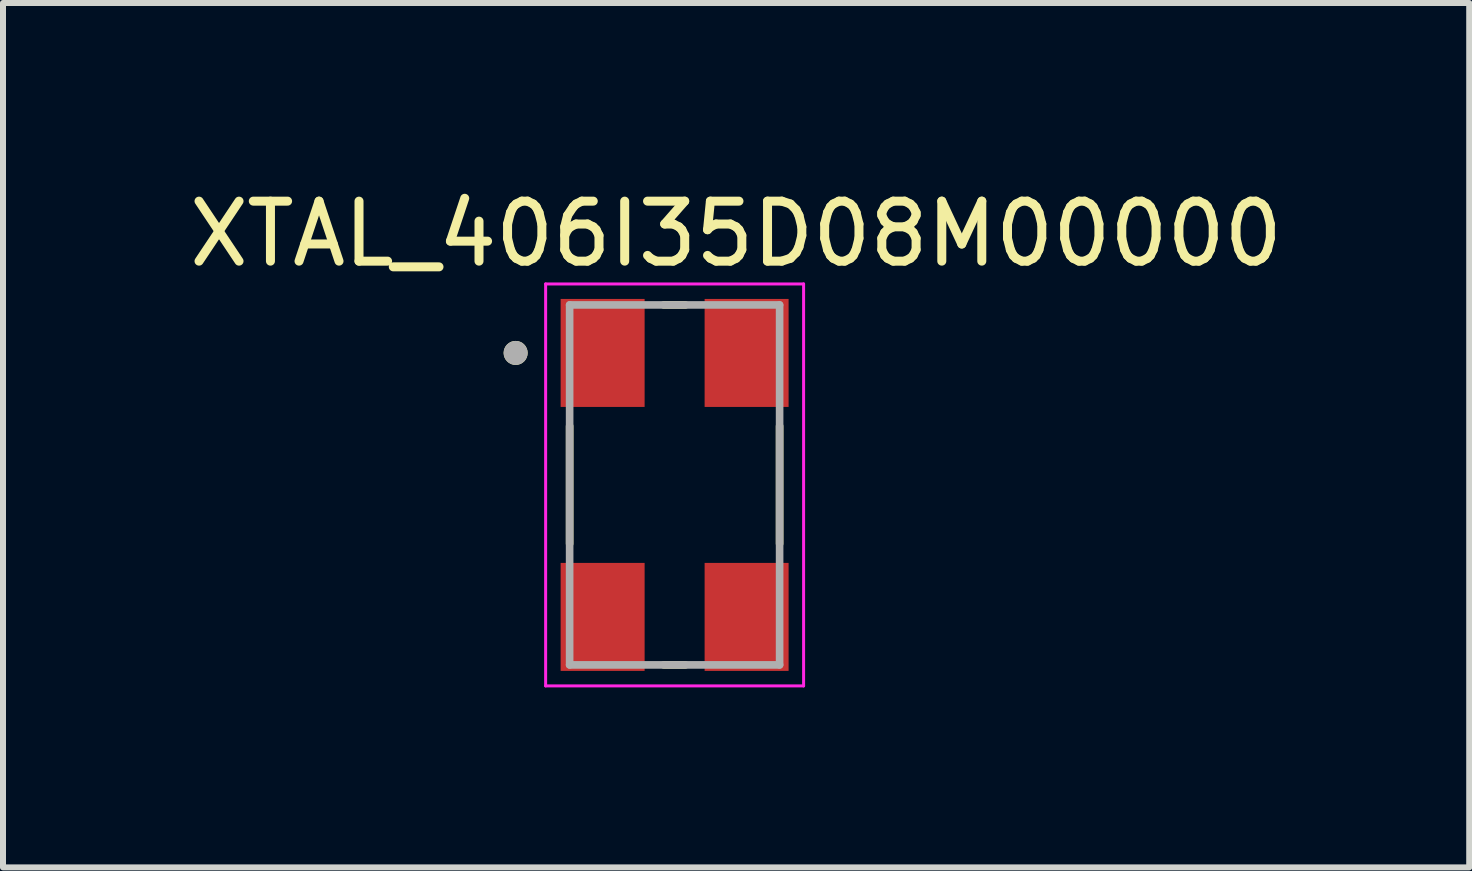
<source format=kicad_pcb>
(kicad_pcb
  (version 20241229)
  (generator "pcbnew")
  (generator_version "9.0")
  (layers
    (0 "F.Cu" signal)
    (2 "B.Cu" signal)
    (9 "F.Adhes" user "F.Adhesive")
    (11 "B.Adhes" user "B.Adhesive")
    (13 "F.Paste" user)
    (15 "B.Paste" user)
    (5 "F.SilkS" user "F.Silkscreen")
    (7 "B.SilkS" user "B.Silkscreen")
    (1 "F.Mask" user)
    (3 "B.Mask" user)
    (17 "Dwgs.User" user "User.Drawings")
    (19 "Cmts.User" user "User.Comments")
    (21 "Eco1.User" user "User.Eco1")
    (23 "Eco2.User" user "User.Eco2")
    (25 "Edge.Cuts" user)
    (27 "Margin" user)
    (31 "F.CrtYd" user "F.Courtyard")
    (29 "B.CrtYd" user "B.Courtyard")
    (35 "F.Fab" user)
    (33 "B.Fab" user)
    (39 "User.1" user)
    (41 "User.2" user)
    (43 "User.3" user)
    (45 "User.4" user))
  (footprint "XTAL_406I35D08M00000"
    (layer "F.Cu")
    (at 8.195 5.033)
    (property "Reference" "XTAL_406I35D08M00000" (at 1.025 -4.185 0) (layer "F.SilkS") (effects (font (size 1 1) (thickness 0.15))))
    (attr smd)
    (fp_line (start -1.75 -0.98) (end -1.75 0.98) (stroke (width 0.127) (type solid)) (layer "F.SilkS"))
    (fp_line (start -0.18 -3) (end 0.18 -3) (stroke (width 0.127) (type solid)) (layer "F.SilkS"))
    (fp_line (start -0.18 3) (end 0.18 3) (stroke (width 0.127) (type solid)) (layer "F.SilkS"))
    (fp_line (start 1.75 -0.98) (end 1.75 0.98) (stroke (width 0.127) (type solid)) (layer "F.SilkS"))
    (fp_circle (center -2.65 -2.2) (end -2.55 -2.2) (stroke (width 0.2) (type solid)) (fill no) (layer "F.SilkS"))
    (fp_line (start -2.15 -3.35) (end -2.15 3.35) (stroke (width 0.05) (type solid)) (layer "F.CrtYd"))
    (fp_line (start -2.15 -3.35) (end 2.15 -3.35) (stroke (width 0.05) (type solid)) (layer "F.CrtYd"))
    (fp_line (start 2.15 -3.35) (end 2.15 3.35) (stroke (width 0.05) (type solid)) (layer "F.CrtYd"))
    (fp_line (start 2.15 3.35) (end -2.15 3.35) (stroke (width 0.05) (type solid)) (layer "F.CrtYd"))
    (fp_line (start -1.75 -3) (end -1.75 3) (stroke (width 0.127) (type solid)) (layer "F.Fab"))
    (fp_line (start -1.75 -3) (end 1.75 -3) (stroke (width 0.127) (type solid)) (layer "F.Fab"))
    (fp_line (start 1.75 -3) (end 1.75 3) (stroke (width 0.127) (type solid)) (layer "F.Fab"))
    (fp_line (start 1.75 3) (end -1.75 3) (stroke (width 0.127) (type solid)) (layer "F.Fab"))
    (fp_circle (center -2.65 -2.2) (end -2.55 -2.2) (stroke (width 0.2) (type solid)) (fill no) (layer "F.Fab"))
    (pad "1" smd rect (at -1.2 -2.2) (size 1.4 1.8) (layers "F.Cu" "F.Mask" "F.Paste"))
    (pad "2" smd rect (at -1.2 2.2) (size 1.4 1.8) (layers "F.Cu" "F.Mask" "F.Paste"))
    (pad "3" smd rect (at 1.2 2.2) (size 1.4 1.8) (layers "F.Cu" "F.Mask" "F.Paste"))
    (pad "4" smd rect (at 1.2 -2.2) (size 1.4 1.8) (layers "F.Cu" "F.Mask" "F.Paste")))
  (gr_rect
    (start -3 -3)
    (end 21.44 11.408)
    (stroke (width 0.1) (type default))
    (fill no)
    (layer "Edge.Cuts")))
</source>
